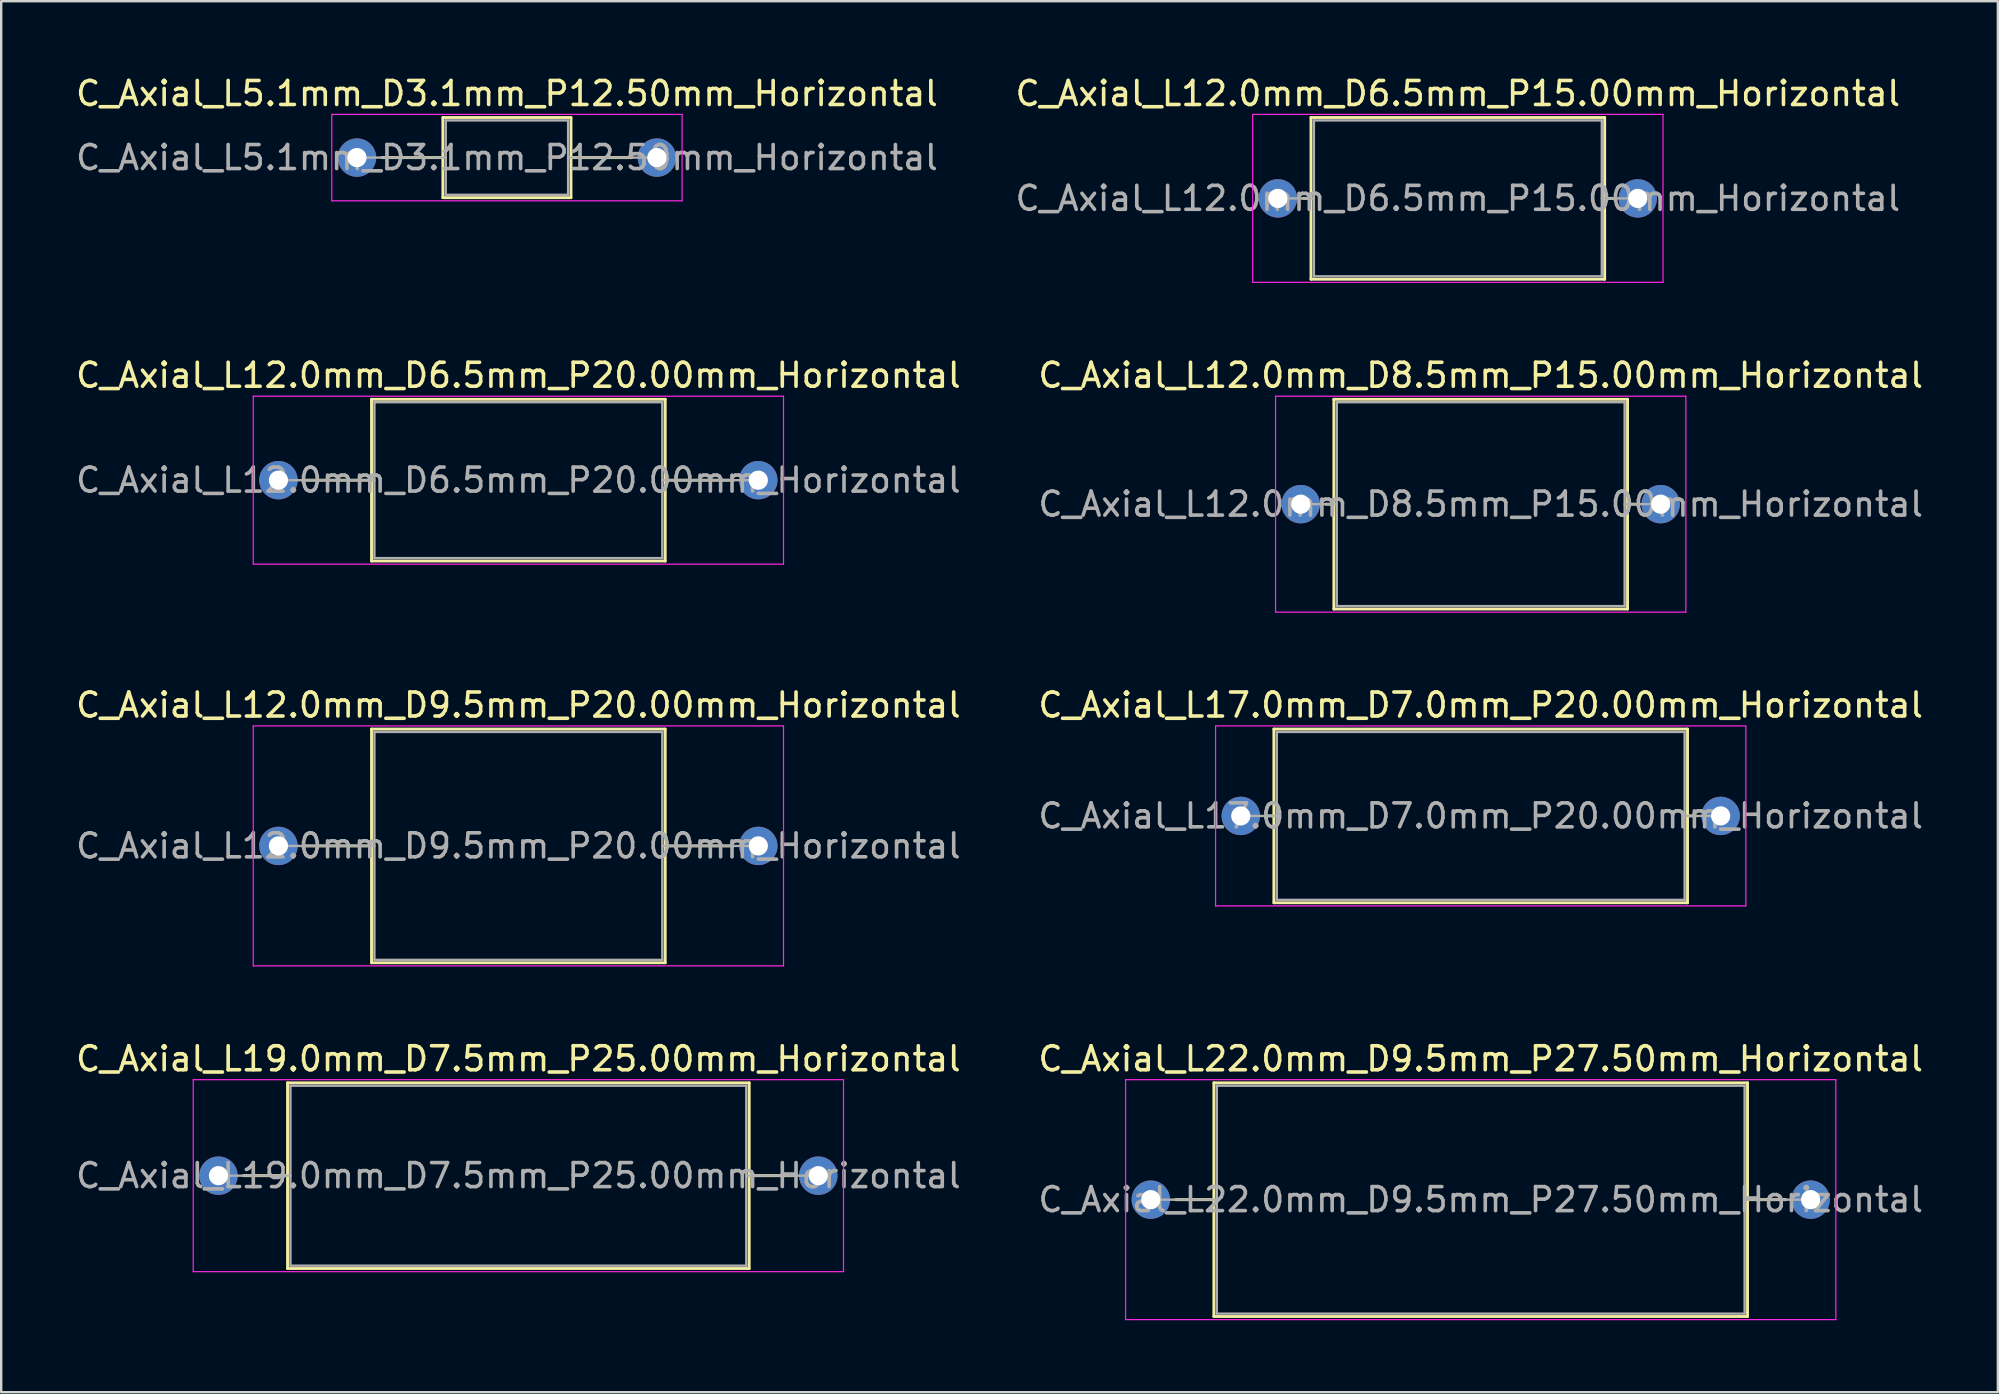
<source format=kicad_pcb>
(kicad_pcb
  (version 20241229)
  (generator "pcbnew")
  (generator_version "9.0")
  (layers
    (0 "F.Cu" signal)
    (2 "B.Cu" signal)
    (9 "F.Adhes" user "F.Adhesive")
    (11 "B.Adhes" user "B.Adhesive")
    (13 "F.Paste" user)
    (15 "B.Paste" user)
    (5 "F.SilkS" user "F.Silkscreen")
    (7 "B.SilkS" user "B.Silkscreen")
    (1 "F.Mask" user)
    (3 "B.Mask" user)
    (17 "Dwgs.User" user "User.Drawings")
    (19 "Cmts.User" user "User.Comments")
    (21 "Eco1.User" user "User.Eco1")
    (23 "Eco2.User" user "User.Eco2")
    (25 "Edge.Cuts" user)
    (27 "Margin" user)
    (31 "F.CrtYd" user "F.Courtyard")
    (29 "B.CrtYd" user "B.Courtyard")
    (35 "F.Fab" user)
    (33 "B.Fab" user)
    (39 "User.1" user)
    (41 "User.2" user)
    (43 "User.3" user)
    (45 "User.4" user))
  (footprint "C_Axial_L12.0mm_D6.5mm_P20.00mm_Horizontal"
    (layer "F.Cu")
    (at 8.554 16.962)
    (property "Reference" "C_Axial_L12.0mm_D6.5mm_P20.00mm_Horizontal" (at 10 -4.37 0) (layer "F.SilkS") (effects (font (size 1 1) (thickness 0.15))))
    (attr through_hole)
    (fp_line (start 1.04 0) (end 3.88 0) (stroke (width 0.12) (type solid)) (layer "F.SilkS"))
    (fp_line (start 3.88 -3.37) (end 3.88 3.37) (stroke (width 0.12) (type solid)) (layer "F.SilkS"))
    (fp_line (start 3.88 3.37) (end 16.12 3.37) (stroke (width 0.12) (type solid)) (layer "F.SilkS"))
    (fp_line (start 16.12 -3.37) (end 3.88 -3.37) (stroke (width 0.12) (type solid)) (layer "F.SilkS"))
    (fp_line (start 16.12 3.37) (end 16.12 -3.37) (stroke (width 0.12) (type solid)) (layer "F.SilkS"))
    (fp_line (start 18.96 0) (end 16.12 0) (stroke (width 0.12) (type solid)) (layer "F.SilkS"))
    (fp_line (start -1.05 -3.5) (end -1.05 3.5) (stroke (width 0.05) (type solid)) (layer "F.CrtYd"))
    (fp_line (start -1.05 3.5) (end 21.05 3.5) (stroke (width 0.05) (type solid)) (layer "F.CrtYd"))
    (fp_line (start 21.05 -3.5) (end -1.05 -3.5) (stroke (width 0.05) (type solid)) (layer "F.CrtYd"))
    (fp_line (start 21.05 3.5) (end 21.05 -3.5) (stroke (width 0.05) (type solid)) (layer "F.CrtYd"))
    (fp_line (start 0 0) (end 4 0) (stroke (width 0.1) (type solid)) (layer "F.Fab"))
    (fp_line (start 4 -3.25) (end 4 3.25) (stroke (width 0.1) (type solid)) (layer "F.Fab"))
    (fp_line (start 4 3.25) (end 16 3.25) (stroke (width 0.1) (type solid)) (layer "F.Fab"))
    (fp_line (start 16 -3.25) (end 4 -3.25) (stroke (width 0.1) (type solid)) (layer "F.Fab"))
    (fp_line (start 16 3.25) (end 16 -3.25) (stroke (width 0.1) (type solid)) (layer "F.Fab"))
    (fp_line (start 20 0) (end 16 0) (stroke (width 0.1) (type solid)) (layer "F.Fab"))
    (fp_text user "${REFERENCE}" (at 10 0 0) (layer "F.Fab") (effects (font (size 1 1) (thickness 0.15))))
    (pad "1" thru_hole circle (at 0 0) (size 1.6 1.6) (drill 0.8) (layers "*.Cu" "*.Mask"))
    (pad "2" thru_hole oval (at 20 0) (size 1.6 1.6) (drill 0.8) (layers "*.Cu" "*.Mask")))
  (footprint "C_Axial_L5.1mm_D3.1mm_P12.50mm_Horizontal"
    (layer "F.Cu")
    (at 11.827 3.518)
    (property "Reference" "C_Axial_L5.1mm_D3.1mm_P12.50mm_Horizontal" (at 6.25 -2.67 0) (layer "F.SilkS") (effects (font (size 1 1) (thickness 0.15))))
    (attr through_hole)
    (fp_line (start 1.04 0) (end 3.58 0) (stroke (width 0.12) (type solid)) (layer "F.SilkS"))
    (fp_line (start 3.58 -1.67) (end 3.58 1.67) (stroke (width 0.12) (type solid)) (layer "F.SilkS"))
    (fp_line (start 3.58 1.67) (end 8.92 1.67) (stroke (width 0.12) (type solid)) (layer "F.SilkS"))
    (fp_line (start 8.92 -1.67) (end 3.58 -1.67) (stroke (width 0.12) (type solid)) (layer "F.SilkS"))
    (fp_line (start 8.92 1.67) (end 8.92 -1.67) (stroke (width 0.12) (type solid)) (layer "F.SilkS"))
    (fp_line (start 11.46 0) (end 8.92 0) (stroke (width 0.12) (type solid)) (layer "F.SilkS"))
    (fp_line (start -1.05 -1.8) (end -1.05 1.8) (stroke (width 0.05) (type solid)) (layer "F.CrtYd"))
    (fp_line (start -1.05 1.8) (end 13.55 1.8) (stroke (width 0.05) (type solid)) (layer "F.CrtYd"))
    (fp_line (start 13.55 -1.8) (end -1.05 -1.8) (stroke (width 0.05) (type solid)) (layer "F.CrtYd"))
    (fp_line (start 13.55 1.8) (end 13.55 -1.8) (stroke (width 0.05) (type solid)) (layer "F.CrtYd"))
    (fp_line (start 0 0) (end 3.7 0) (stroke (width 0.1) (type solid)) (layer "F.Fab"))
    (fp_line (start 3.7 -1.55) (end 3.7 1.55) (stroke (width 0.1) (type solid)) (layer "F.Fab"))
    (fp_line (start 3.7 1.55) (end 8.8 1.55) (stroke (width 0.1) (type solid)) (layer "F.Fab"))
    (fp_line (start 8.8 -1.55) (end 3.7 -1.55) (stroke (width 0.1) (type solid)) (layer "F.Fab"))
    (fp_line (start 8.8 1.55) (end 8.8 -1.55) (stroke (width 0.1) (type solid)) (layer "F.Fab"))
    (fp_line (start 12.5 0) (end 8.8 0) (stroke (width 0.1) (type solid)) (layer "F.Fab"))
    (fp_text user "${REFERENCE}" (at 6.25 0 0) (layer "F.Fab") (effects (font (size 1 1) (thickness 0.15))))
    (pad "1" thru_hole circle (at 0 0) (size 1.6 1.6) (drill 0.8) (layers "*.Cu" "*.Mask"))
    (pad "2" thru_hole oval (at 12.5 0) (size 1.6 1.6) (drill 0.8) (layers "*.Cu" "*.Mask")))
  (footprint "C_Axial_L17.0mm_D7.0mm_P20.00mm_Horizontal"
    (layer "F.Cu")
    (at 48.661 30.955)
    (property "Reference" "C_Axial_L17.0mm_D7.0mm_P20.00mm_Horizontal" (at 10 -4.62 0) (layer "F.SilkS") (effects (font (size 1 1) (thickness 0.15))))
    (attr through_hole)
    (fp_line (start 1.04 0) (end 1.38 0) (stroke (width 0.12) (type solid)) (layer "F.SilkS"))
    (fp_line (start 1.38 -3.62) (end 1.38 3.62) (stroke (width 0.12) (type solid)) (layer "F.SilkS"))
    (fp_line (start 1.38 3.62) (end 18.62 3.62) (stroke (width 0.12) (type solid)) (layer "F.SilkS"))
    (fp_line (start 18.62 -3.62) (end 1.38 -3.62) (stroke (width 0.12) (type solid)) (layer "F.SilkS"))
    (fp_line (start 18.62 3.62) (end 18.62 -3.62) (stroke (width 0.12) (type solid)) (layer "F.SilkS"))
    (fp_line (start 18.96 0) (end 18.62 0) (stroke (width 0.12) (type solid)) (layer "F.SilkS"))
    (fp_line (start -1.05 -3.75) (end -1.05 3.75) (stroke (width 0.05) (type solid)) (layer "F.CrtYd"))
    (fp_line (start -1.05 3.75) (end 21.05 3.75) (stroke (width 0.05) (type solid)) (layer "F.CrtYd"))
    (fp_line (start 21.05 -3.75) (end -1.05 -3.75) (stroke (width 0.05) (type solid)) (layer "F.CrtYd"))
    (fp_line (start 21.05 3.75) (end 21.05 -3.75) (stroke (width 0.05) (type solid)) (layer "F.CrtYd"))
    (fp_line (start 0 0) (end 1.5 0) (stroke (width 0.1) (type solid)) (layer "F.Fab"))
    (fp_line (start 1.5 -3.5) (end 1.5 3.5) (stroke (width 0.1) (type solid)) (layer "F.Fab"))
    (fp_line (start 1.5 3.5) (end 18.5 3.5) (stroke (width 0.1) (type solid)) (layer "F.Fab"))
    (fp_line (start 18.5 -3.5) (end 1.5 -3.5) (stroke (width 0.1) (type solid)) (layer "F.Fab"))
    (fp_line (start 18.5 3.5) (end 18.5 -3.5) (stroke (width 0.1) (type solid)) (layer "F.Fab"))
    (fp_line (start 20 0) (end 18.5 0) (stroke (width 0.1) (type solid)) (layer "F.Fab"))
    (fp_text user "${REFERENCE}" (at 10 0 0) (layer "F.Fab") (effects (font (size 1 1) (thickness 0.15))))
    (pad "1" thru_hole circle (at 0 0) (size 1.6 1.6) (drill 0.8) (layers "*.Cu" "*.Mask"))
    (pad "2" thru_hole oval (at 20 0) (size 1.6 1.6) (drill 0.8) (layers "*.Cu" "*.Mask")))
  (footprint "C_Axial_L12.0mm_D8.5mm_P15.00mm_Horizontal"
    (layer "F.Cu")
    (at 51.161 17.962)
    (property "Reference" "C_Axial_L12.0mm_D8.5mm_P15.00mm_Horizontal" (at 7.5 -5.37 0) (layer "F.SilkS") (effects (font (size 1 1) (thickness 0.15))))
    (attr through_hole)
    (fp_line (start 1.04 0) (end 1.38 0) (stroke (width 0.12) (type solid)) (layer "F.SilkS"))
    (fp_line (start 1.38 -4.37) (end 1.38 4.37) (stroke (width 0.12) (type solid)) (layer "F.SilkS"))
    (fp_line (start 1.38 4.37) (end 13.62 4.37) (stroke (width 0.12) (type solid)) (layer "F.SilkS"))
    (fp_line (start 13.62 -4.37) (end 1.38 -4.37) (stroke (width 0.12) (type solid)) (layer "F.SilkS"))
    (fp_line (start 13.62 4.37) (end 13.62 -4.37) (stroke (width 0.12) (type solid)) (layer "F.SilkS"))
    (fp_line (start 13.96 0) (end 13.62 0) (stroke (width 0.12) (type solid)) (layer "F.SilkS"))
    (fp_line (start -1.05 -4.5) (end -1.05 4.5) (stroke (width 0.05) (type solid)) (layer "F.CrtYd"))
    (fp_line (start -1.05 4.5) (end 16.05 4.5) (stroke (width 0.05) (type solid)) (layer "F.CrtYd"))
    (fp_line (start 16.05 -4.5) (end -1.05 -4.5) (stroke (width 0.05) (type solid)) (layer "F.CrtYd"))
    (fp_line (start 16.05 4.5) (end 16.05 -4.5) (stroke (width 0.05) (type solid)) (layer "F.CrtYd"))
    (fp_line (start 0 0) (end 1.5 0) (stroke (width 0.1) (type solid)) (layer "F.Fab"))
    (fp_line (start 1.5 -4.25) (end 1.5 4.25) (stroke (width 0.1) (type solid)) (layer "F.Fab"))
    (fp_line (start 1.5 4.25) (end 13.5 4.25) (stroke (width 0.1) (type solid)) (layer "F.Fab"))
    (fp_line (start 13.5 -4.25) (end 1.5 -4.25) (stroke (width 0.1) (type solid)) (layer "F.Fab"))
    (fp_line (start 13.5 4.25) (end 13.5 -4.25) (stroke (width 0.1) (type solid)) (layer "F.Fab"))
    (fp_line (start 15 0) (end 13.5 0) (stroke (width 0.1) (type solid)) (layer "F.Fab"))
    (fp_text user "${REFERENCE}" (at 7.5 0 0) (layer "F.Fab") (effects (font (size 1 1) (thickness 0.15))))
    (pad "1" thru_hole circle (at 0 0) (size 1.6 1.6) (drill 0.8) (layers "*.Cu" "*.Mask"))
    (pad "2" thru_hole oval (at 15 0) (size 1.6 1.6) (drill 0.8) (layers "*.Cu" "*.Mask")))
  (footprint "C_Axial_L12.0mm_D6.5mm_P15.00mm_Horizontal"
    (layer "F.Cu")
    (at 50.208 5.218)
    (property "Reference" "C_Axial_L12.0mm_D6.5mm_P15.00mm_Horizontal" (at 7.5 -4.37 0) (layer "F.SilkS") (effects (font (size 1 1) (thickness 0.15))))
    (attr through_hole)
    (fp_line (start 1.04 0) (end 1.38 0) (stroke (width 0.12) (type solid)) (layer "F.SilkS"))
    (fp_line (start 1.38 -3.37) (end 1.38 3.37) (stroke (width 0.12) (type solid)) (layer "F.SilkS"))
    (fp_line (start 1.38 3.37) (end 13.62 3.37) (stroke (width 0.12) (type solid)) (layer "F.SilkS"))
    (fp_line (start 13.62 -3.37) (end 1.38 -3.37) (stroke (width 0.12) (type solid)) (layer "F.SilkS"))
    (fp_line (start 13.62 3.37) (end 13.62 -3.37) (stroke (width 0.12) (type solid)) (layer "F.SilkS"))
    (fp_line (start 13.96 0) (end 13.62 0) (stroke (width 0.12) (type solid)) (layer "F.SilkS"))
    (fp_line (start -1.05 -3.5) (end -1.05 3.5) (stroke (width 0.05) (type solid)) (layer "F.CrtYd"))
    (fp_line (start -1.05 3.5) (end 16.05 3.5) (stroke (width 0.05) (type solid)) (layer "F.CrtYd"))
    (fp_line (start 16.05 -3.5) (end -1.05 -3.5) (stroke (width 0.05) (type solid)) (layer "F.CrtYd"))
    (fp_line (start 16.05 3.5) (end 16.05 -3.5) (stroke (width 0.05) (type solid)) (layer "F.CrtYd"))
    (fp_line (start 0 0) (end 1.5 0) (stroke (width 0.1) (type solid)) (layer "F.Fab"))
    (fp_line (start 1.5 -3.25) (end 1.5 3.25) (stroke (width 0.1) (type solid)) (layer "F.Fab"))
    (fp_line (start 1.5 3.25) (end 13.5 3.25) (stroke (width 0.1) (type solid)) (layer "F.Fab"))
    (fp_line (start 13.5 -3.25) (end 1.5 -3.25) (stroke (width 0.1) (type solid)) (layer "F.Fab"))
    (fp_line (start 13.5 3.25) (end 13.5 -3.25) (stroke (width 0.1) (type solid)) (layer "F.Fab"))
    (fp_line (start 15 0) (end 13.5 0) (stroke (width 0.1) (type solid)) (layer "F.Fab"))
    (fp_text user "${REFERENCE}" (at 7.5 0 0) (layer "F.Fab") (effects (font (size 1 1) (thickness 0.15))))
    (pad "1" thru_hole circle (at 0 0) (size 1.6 1.6) (drill 0.8) (layers "*.Cu" "*.Mask"))
    (pad "2" thru_hole oval (at 15 0) (size 1.6 1.6) (drill 0.8) (layers "*.Cu" "*.Mask")))
  (footprint "C_Axial_L12.0mm_D9.5mm_P20.00mm_Horizontal"
    (layer "F.Cu")
    (at 8.554 32.205)
    (property "Reference" "C_Axial_L12.0mm_D9.5mm_P20.00mm_Horizontal" (at 10 -5.87 0) (layer "F.SilkS") (effects (font (size 1 1) (thickness 0.15))))
    (attr through_hole)
    (fp_line (start 1.04 0) (end 3.88 0) (stroke (width 0.12) (type solid)) (layer "F.SilkS"))
    (fp_line (start 3.88 -4.87) (end 3.88 4.87) (stroke (width 0.12) (type solid)) (layer "F.SilkS"))
    (fp_line (start 3.88 4.87) (end 16.12 4.87) (stroke (width 0.12) (type solid)) (layer "F.SilkS"))
    (fp_line (start 16.12 -4.87) (end 3.88 -4.87) (stroke (width 0.12) (type solid)) (layer "F.SilkS"))
    (fp_line (start 16.12 4.87) (end 16.12 -4.87) (stroke (width 0.12) (type solid)) (layer "F.SilkS"))
    (fp_line (start 18.96 0) (end 16.12 0) (stroke (width 0.12) (type solid)) (layer "F.SilkS"))
    (fp_line (start -1.05 -5) (end -1.05 5) (stroke (width 0.05) (type solid)) (layer "F.CrtYd"))
    (fp_line (start -1.05 5) (end 21.05 5) (stroke (width 0.05) (type solid)) (layer "F.CrtYd"))
    (fp_line (start 21.05 -5) (end -1.05 -5) (stroke (width 0.05) (type solid)) (layer "F.CrtYd"))
    (fp_line (start 21.05 5) (end 21.05 -5) (stroke (width 0.05) (type solid)) (layer "F.CrtYd"))
    (fp_line (start 0 0) (end 4 0) (stroke (width 0.1) (type solid)) (layer "F.Fab"))
    (fp_line (start 4 -4.75) (end 4 4.75) (stroke (width 0.1) (type solid)) (layer "F.Fab"))
    (fp_line (start 4 4.75) (end 16 4.75) (stroke (width 0.1) (type solid)) (layer "F.Fab"))
    (fp_line (start 16 -4.75) (end 4 -4.75) (stroke (width 0.1) (type solid)) (layer "F.Fab"))
    (fp_line (start 16 4.75) (end 16 -4.75) (stroke (width 0.1) (type solid)) (layer "F.Fab"))
    (fp_line (start 20 0) (end 16 0) (stroke (width 0.1) (type solid)) (layer "F.Fab"))
    (fp_text user "${REFERENCE}" (at 10 0 0) (layer "F.Fab") (effects (font (size 1 1) (thickness 0.15))))
    (pad "1" thru_hole circle (at 0 0) (size 1.6 1.6) (drill 0.8) (layers "*.Cu" "*.Mask"))
    (pad "2" thru_hole oval (at 20 0) (size 1.6 1.6) (drill 0.8) (layers "*.Cu" "*.Mask")))
  (footprint "C_Axial_L22.0mm_D9.5mm_P27.50mm_Horizontal"
    (layer "F.Cu")
    (at 44.911 46.948)
    (property "Reference" "C_Axial_L22.0mm_D9.5mm_P27.50mm_Horizontal" (at 13.75 -5.87 0) (layer "F.SilkS") (effects (font (size 1 1) (thickness 0.15))))
    (attr through_hole)
    (fp_line (start 1.04 0) (end 2.63 0) (stroke (width 0.12) (type solid)) (layer "F.SilkS"))
    (fp_line (start 2.63 -4.87) (end 2.63 4.87) (stroke (width 0.12) (type solid)) (layer "F.SilkS"))
    (fp_line (start 2.63 4.87) (end 24.87 4.87) (stroke (width 0.12) (type solid)) (layer "F.SilkS"))
    (fp_line (start 24.87 -4.87) (end 2.63 -4.87) (stroke (width 0.12) (type solid)) (layer "F.SilkS"))
    (fp_line (start 24.87 4.87) (end 24.87 -4.87) (stroke (width 0.12) (type solid)) (layer "F.SilkS"))
    (fp_line (start 26.46 0) (end 24.87 0) (stroke (width 0.12) (type solid)) (layer "F.SilkS"))
    (fp_line (start -1.05 -5) (end -1.05 5) (stroke (width 0.05) (type solid)) (layer "F.CrtYd"))
    (fp_line (start -1.05 5) (end 28.55 5) (stroke (width 0.05) (type solid)) (layer "F.CrtYd"))
    (fp_line (start 28.55 -5) (end -1.05 -5) (stroke (width 0.05) (type solid)) (layer "F.CrtYd"))
    (fp_line (start 28.55 5) (end 28.55 -5) (stroke (width 0.05) (type solid)) (layer "F.CrtYd"))
    (fp_line (start 0 0) (end 2.75 0) (stroke (width 0.1) (type solid)) (layer "F.Fab"))
    (fp_line (start 2.75 -4.75) (end 2.75 4.75) (stroke (width 0.1) (type solid)) (layer "F.Fab"))
    (fp_line (start 2.75 4.75) (end 24.75 4.75) (stroke (width 0.1) (type solid)) (layer "F.Fab"))
    (fp_line (start 24.75 -4.75) (end 2.75 -4.75) (stroke (width 0.1) (type solid)) (layer "F.Fab"))
    (fp_line (start 24.75 4.75) (end 24.75 -4.75) (stroke (width 0.1) (type solid)) (layer "F.Fab"))
    (fp_line (start 27.5 0) (end 24.75 0) (stroke (width 0.1) (type solid)) (layer "F.Fab"))
    (fp_text user "${REFERENCE}" (at 13.75 0 0) (layer "F.Fab") (effects (font (size 1 1) (thickness 0.15))))
    (pad "1" thru_hole circle (at 0 0) (size 1.6 1.6) (drill 0.8) (layers "*.Cu" "*.Mask"))
    (pad "2" thru_hole oval (at 27.5 0) (size 1.6 1.6) (drill 0.8) (layers "*.Cu" "*.Mask")))
  (footprint "C_Axial_L19.0mm_D7.5mm_P25.00mm_Horizontal"
    (layer "F.Cu")
    (at 6.054 45.948)
    (property "Reference" "C_Axial_L19.0mm_D7.5mm_P25.00mm_Horizontal" (at 12.5 -4.87 0) (layer "F.SilkS") (effects (font (size 1 1) (thickness 0.15))))
    (attr through_hole)
    (fp_line (start 1.04 0) (end 2.88 0) (stroke (width 0.12) (type solid)) (layer "F.SilkS"))
    (fp_line (start 2.88 -3.87) (end 2.88 3.87) (stroke (width 0.12) (type solid)) (layer "F.SilkS"))
    (fp_line (start 2.88 3.87) (end 22.12 3.87) (stroke (width 0.12) (type solid)) (layer "F.SilkS"))
    (fp_line (start 22.12 -3.87) (end 2.88 -3.87) (stroke (width 0.12) (type solid)) (layer "F.SilkS"))
    (fp_line (start 22.12 3.87) (end 22.12 -3.87) (stroke (width 0.12) (type solid)) (layer "F.SilkS"))
    (fp_line (start 23.96 0) (end 22.12 0) (stroke (width 0.12) (type solid)) (layer "F.SilkS"))
    (fp_line (start -1.05 -4) (end -1.05 4) (stroke (width 0.05) (type solid)) (layer "F.CrtYd"))
    (fp_line (start -1.05 4) (end 26.05 4) (stroke (width 0.05) (type solid)) (layer "F.CrtYd"))
    (fp_line (start 26.05 -4) (end -1.05 -4) (stroke (width 0.05) (type solid)) (layer "F.CrtYd"))
    (fp_line (start 26.05 4) (end 26.05 -4) (stroke (width 0.05) (type solid)) (layer "F.CrtYd"))
    (fp_line (start 0 0) (end 3 0) (stroke (width 0.1) (type solid)) (layer "F.Fab"))
    (fp_line (start 3 -3.75) (end 3 3.75) (stroke (width 0.1) (type solid)) (layer "F.Fab"))
    (fp_line (start 3 3.75) (end 22 3.75) (stroke (width 0.1) (type solid)) (layer "F.Fab"))
    (fp_line (start 22 -3.75) (end 3 -3.75) (stroke (width 0.1) (type solid)) (layer "F.Fab"))
    (fp_line (start 22 3.75) (end 22 -3.75) (stroke (width 0.1) (type solid)) (layer "F.Fab"))
    (fp_line (start 25 0) (end 22 0) (stroke (width 0.1) (type solid)) (layer "F.Fab"))
    (fp_text user "${REFERENCE}" (at 12.5 0 0) (layer "F.Fab") (effects (font (size 1 1) (thickness 0.15))))
    (pad "1" thru_hole circle (at 0 0) (size 1.6 1.6) (drill 0.8) (layers "*.Cu" "*.Mask"))
    (pad "2" thru_hole oval (at 25 0) (size 1.6 1.6) (drill 0.8) (layers "*.Cu" "*.Mask")))
  (gr_rect
    (start -3 -3)
    (end 80.214 54.973)
    (stroke (width 0.1) (type default))
    (fill no)
    (layer "Edge.Cuts")))
</source>
